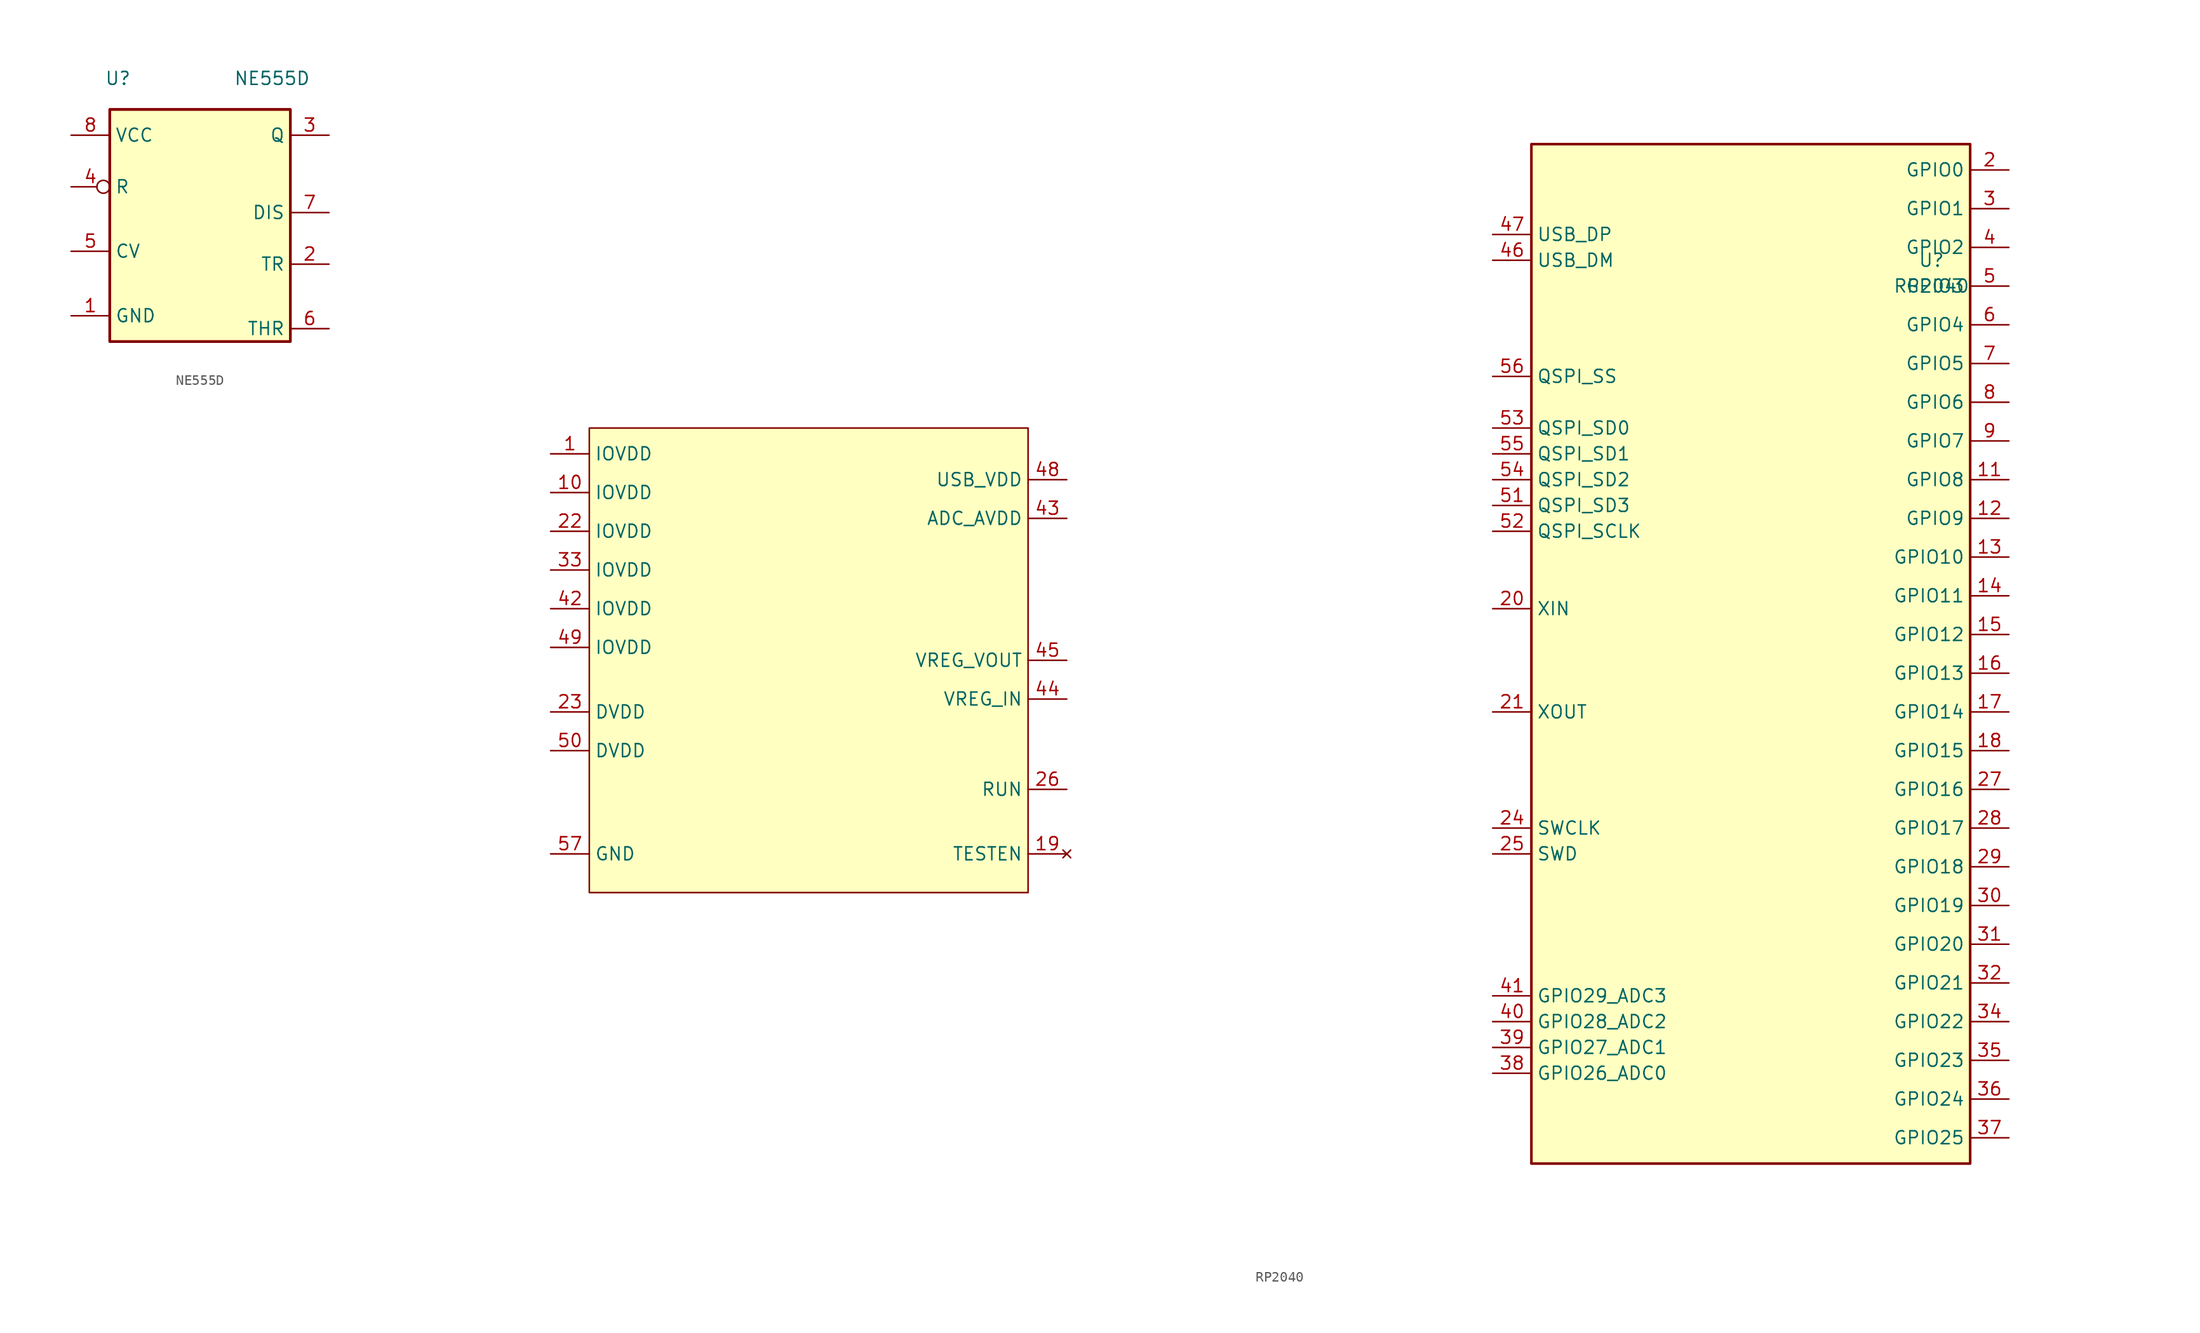
<source format=kicad_sym>
(kicad_symbol_lib
  (version 20231120)
  (generator "kicad_symbol_editor")
  (generator_version "8.0")
  (symbol "NE555D"
    (property "Reference" "U"
      (at -9.398 15.748 0)
      (effects (font (size 1.27 1.27)) (justify left)))
    (property "Value" "NE555D"
      (at 3.302 15.748 0)
      (effects (font (size 1.27 1.27)) (justify left)))
    (symbol "NE555D_0_0"
      (pin power_in line (at -12.7 -7.62 0) (length 3.81) (name "GND" (effects (font (size 1.27 1.27)))) (number "1" (effects (font (size 1.27 1.27)))))
      (pin power_in line (at -12.7 10.16 0) (length 3.81) (name "VCC" (effects (font (size 1.27 1.27)))) (number "8" (effects (font (size 1.27 1.27))))))
    (symbol "NE555D_0_1"
      (rectangle (start -8.89 12.7) (end 8.89 -10.16) (stroke (width 0.254) (type default)) (fill (type background)))
      (rectangle (start -8.89 12.7) (end 8.89 -10.16) (stroke (width 0.254) (type default)) (fill (type background))))
    (symbol "NE555D_1_1"
      (pin input line (at 12.7 -2.54 180) (length 3.81) (name "TR" (effects (font (size 1.27 1.27)))) (number "2" (effects (font (size 1.27 1.27)))))
      (pin output line (at 12.7 10.16 180) (length 3.81) (name "Q" (effects (font (size 1.27 1.27)))) (number "3" (effects (font (size 1.27 1.27)))))
      (pin input inverted (at -12.7 5.08 0) (length 3.81) (name "R" (effects (font (size 1.27 1.27)))) (number "4" (effects (font (size 1.27 1.27)))))
      (pin input line (at -12.7 -1.27 0) (length 3.81) (name "CV" (effects (font (size 1.27 1.27)))) (number "5" (effects (font (size 1.27 1.27)))))
      (pin input line (at 12.7 -8.89 180) (length 3.81) (name "THR" (effects (font (size 1.27 1.27)))) (number "6" (effects (font (size 1.27 1.27)))))
      (pin input line (at 12.7 2.54 180) (length 3.81) (name "DIS" (effects (font (size 1.27 1.27)))) (number "7" (effects (font (size 1.27 1.27)))))))
  (symbol "RP2040"
    (property "Reference" "U"
      (at 17.78 45.72 0)
      (effects (font (size 1.27 1.27))))
    (property "Value" "RP2040"
      (at 17.78 43.18 0)
      (effects (font (size 1.27 1.27))))
    (symbol "RP2040_0_1"
      (rectangle (start -21.59 57.15) (end 21.59 -43.18) (stroke (width 0.254) (type default)) (fill (type background))))
    (symbol "RP2040_1_1"
      (rectangle (start -114.3 29.21) (end -71.12 -16.51) (stroke (width 0) (type default)) (fill (type background)))
      (pin power_in line (at -118.11 26.67 0) (length 3.81) (name "IOVDD" (effects (font (size 1.27 1.27)))) (number "1" (effects (font (size 1.27 1.27)))))
      (pin passive line (at -118.11 22.86 0) (length 3.81) (name "IOVDD" (effects (font (size 1.27 1.27)))) (number "10" (effects (font (size 1.27 1.27)))))
      (pin bidirectional line (at 25.4 24.13 180) (length 3.81) (name "GPIO8" (effects (font (size 1.27 1.27)))) (number "11" (effects (font (size 1.27 1.27)))))
      (pin bidirectional line (at 25.4 20.32 180) (length 3.81) (name "GPIO9" (effects (font (size 1.27 1.27)))) (number "12" (effects (font (size 1.27 1.27)))))
      (pin bidirectional line (at 25.4 16.51 180) (length 3.81) (name "GPIO10" (effects (font (size 1.27 1.27)))) (number "13" (effects (font (size 1.27 1.27)))))
      (pin bidirectional line (at 25.4 12.7 180) (length 3.81) (name "GPIO11" (effects (font (size 1.27 1.27)))) (number "14" (effects (font (size 1.27 1.27)))))
      (pin bidirectional line (at 25.4 8.89 180) (length 3.81) (name "GPIO12" (effects (font (size 1.27 1.27)))) (number "15" (effects (font (size 1.27 1.27)))))
      (pin bidirectional line (at 25.4 5.08 180) (length 3.81) (name "GPIO13" (effects (font (size 1.27 1.27)))) (number "16" (effects (font (size 1.27 1.27)))))
      (pin bidirectional line (at 25.4 1.27 180) (length 3.81) (name "GPIO14" (effects (font (size 1.27 1.27)))) (number "17" (effects (font (size 1.27 1.27)))))
      (pin bidirectional line (at 25.4 -2.54 180) (length 3.81) (name "GPIO15" (effects (font (size 1.27 1.27)))) (number "18" (effects (font (size 1.27 1.27)))))
      (pin no_connect line (at -67.31 -12.7 180) (length 3.81) (name "TESTEN" (effects (font (size 1.27 1.27)))) (number "19" (effects (font (size 1.27 1.27)))))
      (pin bidirectional line (at 25.4 54.61 180) (length 3.81) (name "GPIO0" (effects (font (size 1.27 1.27)))) (number "2" (effects (font (size 1.27 1.27)))))
      (pin input line (at -25.4 11.43 0) (length 3.81) (name "XIN" (effects (font (size 1.27 1.27)))) (number "20" (effects (font (size 1.27 1.27)))))
      (pin passive line (at -25.4 1.27 0) (length 3.81) (name "XOUT" (effects (font (size 1.27 1.27)))) (number "21" (effects (font (size 1.27 1.27)))))
      (pin power_in line (at -118.11 19.05 0) (length 3.81) (name "IOVDD" (effects (font (size 1.27 1.27)))) (number "22" (effects (font (size 1.27 1.27)))))
      (pin power_in line (at -118.11 1.27 0) (length 3.81) (name "DVDD" (effects (font (size 1.27 1.27)))) (number "23" (effects (font (size 1.27 1.27)))))
      (pin input line (at -25.4 -10.16 0) (length 3.81) (name "SWCLK" (effects (font (size 1.27 1.27)))) (number "24" (effects (font (size 1.27 1.27)))))
      (pin bidirectional line (at -25.4 -12.7 0) (length 3.81) (name "SWD" (effects (font (size 1.27 1.27)))) (number "25" (effects (font (size 1.27 1.27)))))
      (pin input line (at -67.31 -6.35 180) (length 3.81) (name "RUN" (effects (font (size 1.27 1.27)))) (number "26" (effects (font (size 1.27 1.27)))))
      (pin bidirectional line (at 25.4 -6.35 180) (length 3.81) (name "GPIO16" (effects (font (size 1.27 1.27)))) (number "27" (effects (font (size 1.27 1.27)))))
      (pin bidirectional line (at 25.4 -10.16 180) (length 3.81) (name "GPIO17" (effects (font (size 1.27 1.27)))) (number "28" (effects (font (size 1.27 1.27)))))
      (pin bidirectional line (at 25.4 -13.97 180) (length 3.81) (name "GPIO18" (effects (font (size 1.27 1.27)))) (number "29" (effects (font (size 1.27 1.27)))))
      (pin bidirectional line (at 25.4 50.8 180) (length 3.81) (name "GPIO1" (effects (font (size 1.27 1.27)))) (number "3" (effects (font (size 1.27 1.27)))))
      (pin bidirectional line (at 25.4 -17.78 180) (length 3.81) (name "GPIO19" (effects (font (size 1.27 1.27)))) (number "30" (effects (font (size 1.27 1.27)))))
      (pin bidirectional line (at 25.4 -21.59 180) (length 3.81) (name "GPIO20" (effects (font (size 1.27 1.27)))) (number "31" (effects (font (size 1.27 1.27)))))
      (pin bidirectional line (at 25.4 -25.4 180) (length 3.81) (name "GPIO21" (effects (font (size 1.27 1.27)))) (number "32" (effects (font (size 1.27 1.27)))))
      (pin passive line (at -118.11 15.24 0) (length 3.81) (name "IOVDD" (effects (font (size 1.27 1.27)))) (number "33" (effects (font (size 1.27 1.27)))))
      (pin bidirectional line (at 25.4 -29.21 180) (length 3.81) (name "GPIO22" (effects (font (size 1.27 1.27)))) (number "34" (effects (font (size 1.27 1.27)))))
      (pin bidirectional line (at 25.4 -33.02 180) (length 3.81) (name "GPIO23" (effects (font (size 1.27 1.27)))) (number "35" (effects (font (size 1.27 1.27)))))
      (pin bidirectional line (at 25.4 -36.83 180) (length 3.81) (name "GPIO24" (effects (font (size 1.27 1.27)))) (number "36" (effects (font (size 1.27 1.27)))))
      (pin bidirectional line (at 25.4 -40.64 180) (length 3.81) (name "GPIO25" (effects (font (size 1.27 1.27)))) (number "37" (effects (font (size 1.27 1.27)))))
      (pin bidirectional line (at -25.4 -34.29 0) (length 3.81) (name "GPIO26_ADC0" (effects (font (size 1.27 1.27)))) (number "38" (effects (font (size 1.27 1.27)))))
      (pin bidirectional line (at -25.4 -31.75 0) (length 3.81) (name "GPIO27_ADC1" (effects (font (size 1.27 1.27)))) (number "39" (effects (font (size 1.27 1.27)))))
      (pin bidirectional line (at 25.4 46.99 180) (length 3.81) (name "GPIO2" (effects (font (size 1.27 1.27)))) (number "4" (effects (font (size 1.27 1.27)))))
      (pin bidirectional line (at -25.4 -29.21 0) (length 3.81) (name "GPIO28_ADC2" (effects (font (size 1.27 1.27)))) (number "40" (effects (font (size 1.27 1.27)))))
      (pin bidirectional line (at -25.4 -26.67 0) (length 3.81) (name "GPIO29_ADC3" (effects (font (size 1.27 1.27)))) (number "41" (effects (font (size 1.27 1.27)))))
      (pin passive line (at -118.11 11.43 0) (length 3.81) (name "IOVDD" (effects (font (size 1.27 1.27)))) (number "42" (effects (font (size 1.27 1.27)))))
      (pin power_in line (at -67.31 20.32 180) (length 3.81) (name "ADC_AVDD" (effects (font (size 1.27 1.27)))) (number "43" (effects (font (size 1.27 1.27)))))
      (pin power_in line (at -67.31 2.54 180) (length 3.81) (name "VREG_IN" (effects (font (size 1.27 1.27)))) (number "44" (effects (font (size 1.27 1.27)))))
      (pin power_out line (at -67.31 6.35 180) (length 3.81) (name "VREG_VOUT" (effects (font (size 1.27 1.27)))) (number "45" (effects (font (size 1.27 1.27)))))
      (pin bidirectional line (at -25.4 45.72 0) (length 3.81) (name "USB_DM" (effects (font (size 1.27 1.27)))) (number "46" (effects (font (size 1.27 1.27)))))
      (pin bidirectional line (at -25.4 48.26 0) (length 3.81) (name "USB_DP" (effects (font (size 1.27 1.27)))) (number "47" (effects (font (size 1.27 1.27)))))
      (pin power_in line (at -67.31 24.13 180) (length 3.81) (name "USB_VDD" (effects (font (size 1.27 1.27)))) (number "48" (effects (font (size 1.27 1.27)))))
      (pin passive line (at -118.11 7.62 0) (length 3.81) (name "IOVDD" (effects (font (size 1.27 1.27)))) (number "49" (effects (font (size 1.27 1.27)))))
      (pin bidirectional line (at 25.4 43.18 180) (length 3.81) (name "GPIO3" (effects (font (size 1.27 1.27)))) (number "5" (effects (font (size 1.27 1.27)))))
      (pin passive line (at -118.11 -2.54 0) (length 3.81) (name "DVDD" (effects (font (size 1.27 1.27)))) (number "50" (effects (font (size 1.27 1.27)))))
      (pin bidirectional line (at -25.4 21.59 0) (length 3.81) (name "QSPI_SD3" (effects (font (size 1.27 1.27)))) (number "51" (effects (font (size 1.27 1.27)))))
      (pin output line (at -25.4 19.05 0) (length 3.81) (name "QSPI_SCLK" (effects (font (size 1.27 1.27)))) (number "52" (effects (font (size 1.27 1.27)))))
      (pin bidirectional line (at -25.4 29.21 0) (length 3.81) (name "QSPI_SD0" (effects (font (size 1.27 1.27)))) (number "53" (effects (font (size 1.27 1.27)))))
      (pin bidirectional line (at -25.4 24.13 0) (length 3.81) (name "QSPI_SD2" (effects (font (size 1.27 1.27)))) (number "54" (effects (font (size 1.27 1.27)))))
      (pin bidirectional line (at -25.4 26.67 0) (length 3.81) (name "QSPI_SD1" (effects (font (size 1.27 1.27)))) (number "55" (effects (font (size 1.27 1.27)))))
      (pin bidirectional line (at -25.4 34.29 0) (length 3.81) (name "QSPI_SS" (effects (font (size 1.27 1.27)))) (number "56" (effects (font (size 1.27 1.27)))))
      (pin power_in line (at -118.11 -12.7 0) (length 3.81) (name "GND" (effects (font (size 1.27 1.27)))) (number "57" (effects (font (size 1.27 1.27)))))
      (pin bidirectional line (at 25.4 39.37 180) (length 3.81) (name "GPIO4" (effects (font (size 1.27 1.27)))) (number "6" (effects (font (size 1.27 1.27)))))
      (pin bidirectional line (at 25.4 35.56 180) (length 3.81) (name "GPIO5" (effects (font (size 1.27 1.27)))) (number "7" (effects (font (size 1.27 1.27)))))
      (pin bidirectional line (at 25.4 31.75 180) (length 3.81) (name "GPIO6" (effects (font (size 1.27 1.27)))) (number "8" (effects (font (size 1.27 1.27)))))
      (pin bidirectional line (at 25.4 27.94 180) (length 3.81) (name "GPIO7" (effects (font (size 1.27 1.27)))) (number "9" (effects (font (size 1.27 1.27))))))))
</source>
